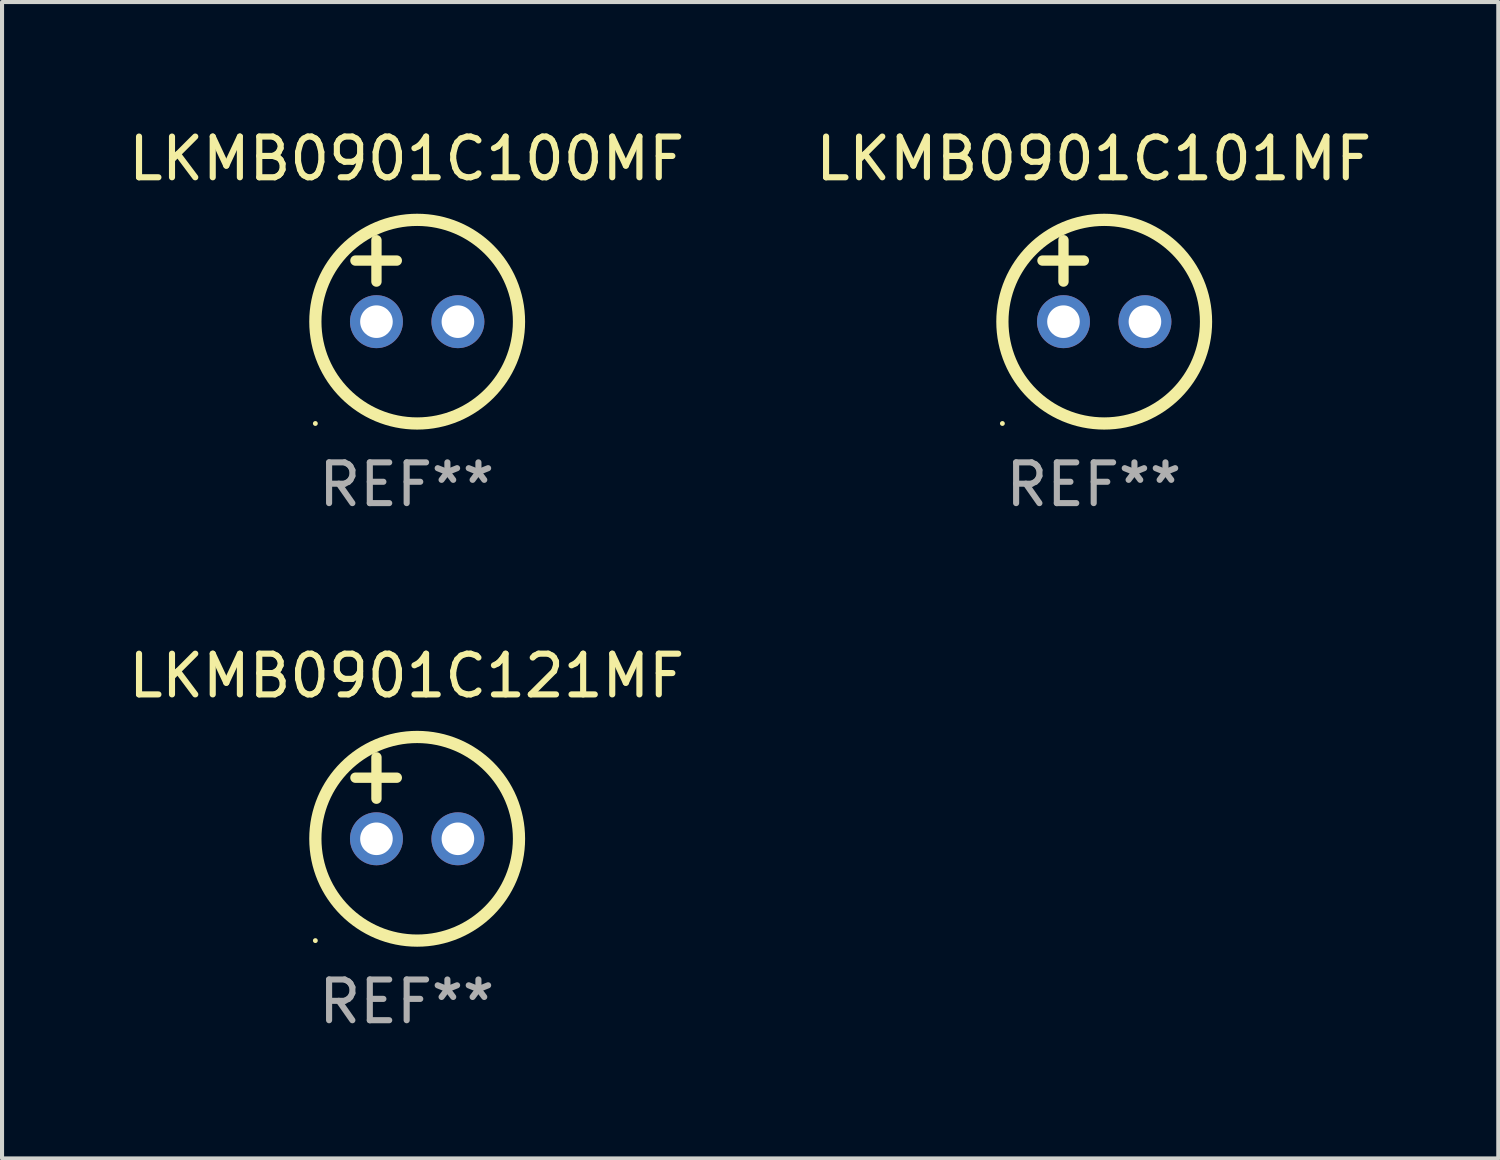
<source format=kicad_pcb>
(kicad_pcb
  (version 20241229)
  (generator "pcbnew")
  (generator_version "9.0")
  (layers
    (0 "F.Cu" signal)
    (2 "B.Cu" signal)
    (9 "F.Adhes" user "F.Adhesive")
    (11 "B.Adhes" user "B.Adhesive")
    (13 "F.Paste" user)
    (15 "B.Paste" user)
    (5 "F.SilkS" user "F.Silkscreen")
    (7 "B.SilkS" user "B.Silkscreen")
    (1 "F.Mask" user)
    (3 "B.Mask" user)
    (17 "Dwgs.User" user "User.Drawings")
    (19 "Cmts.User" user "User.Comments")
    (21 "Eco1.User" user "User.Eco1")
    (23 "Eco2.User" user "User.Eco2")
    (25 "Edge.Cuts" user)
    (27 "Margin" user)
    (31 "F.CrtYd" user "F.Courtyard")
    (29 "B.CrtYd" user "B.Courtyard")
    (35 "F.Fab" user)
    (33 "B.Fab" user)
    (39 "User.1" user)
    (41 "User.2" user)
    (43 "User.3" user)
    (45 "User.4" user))
  (footprint "LKMB0901C101MF"
    (layer "F.Cu")
    (at 23.804 3.848)
    (property "Reference" "LKMB0901C101MF" (at 0 -3 0) (layer "F.SilkS") (effects (font (size 1 1) (thickness 0.15))))
    (attr through_hole)
    (fp_line (start -1.258 -0.5) (end -0.242 -0.5) (stroke (width 0.254) (type solid)) (layer "F.SilkS"))
    (fp_line (start -0.742 -1) (end -0.742 0.016) (stroke (width 0.254) (type solid)) (layer "F.SilkS"))
    (fp_circle (center -2.242 3.5) (end -2.212 3.5) (stroke (width 0.06) (type solid)) (fill no) (layer "F.SilkS"))
    (fp_circle (center 0.258 1) (end 2.758 1) (stroke (width 0.3) (type solid)) (fill no) (layer "F.SilkS"))
    (fp_text user "REF**" (at 0 5 0) (layer "F.Fab") (effects (font (size 1 1) (thickness 0.15))))
    (pad "1" thru_hole circle (at -0.742 1) (size 1.3 1.3) (drill 0.8) (layers "*.Cu" "*.Mask"))
    (pad "2" thru_hole circle (at 1.258 1) (size 1.3 1.3) (drill 0.8) (layers "*.Cu" "*.Mask")))
  (footprint "LKMB0901C121MF"
    (layer "F.Cu")
    (at 6.935 16.545)
    (property "Reference" "LKMB0901C121MF" (at 0 -3 0) (layer "F.SilkS") (effects (font (size 1 1) (thickness 0.15))))
    (attr through_hole)
    (fp_line (start -1.258 -0.5) (end -0.242 -0.5) (stroke (width 0.254) (type solid)) (layer "F.SilkS"))
    (fp_line (start -0.742 -1) (end -0.742 0.016) (stroke (width 0.254) (type solid)) (layer "F.SilkS"))
    (fp_circle (center -2.242 3.5) (end -2.212 3.5) (stroke (width 0.06) (type solid)) (fill no) (layer "F.SilkS"))
    (fp_circle (center 0.258 1) (end 2.758 1) (stroke (width 0.3) (type solid)) (fill no) (layer "F.SilkS"))
    (fp_text user "REF**" (at 0 5 0) (layer "F.Fab") (effects (font (size 1 1) (thickness 0.15))))
    (pad "1" thru_hole circle (at -0.742 1) (size 1.3 1.3) (drill 0.8) (layers "*.Cu" "*.Mask"))
    (pad "2" thru_hole circle (at 1.258 1) (size 1.3 1.3) (drill 0.8) (layers "*.Cu" "*.Mask")))
  (footprint "LKMB0901C100MF"
    (layer "F.Cu")
    (at 6.935 3.848)
    (property "Reference" "LKMB0901C100MF" (at 0 -3 0) (layer "F.SilkS") (effects (font (size 1 1) (thickness 0.15))))
    (attr through_hole)
    (fp_line (start -1.258 -0.5) (end -0.242 -0.5) (stroke (width 0.254) (type solid)) (layer "F.SilkS"))
    (fp_line (start -0.742 -1) (end -0.742 0.016) (stroke (width 0.254) (type solid)) (layer "F.SilkS"))
    (fp_circle (center -2.242 3.5) (end -2.212 3.5) (stroke (width 0.06) (type solid)) (fill no) (layer "F.SilkS"))
    (fp_circle (center 0.258 1) (end 2.758 1) (stroke (width 0.3) (type solid)) (fill no) (layer "F.SilkS"))
    (fp_text user "REF**" (at 0 5 0) (layer "F.Fab") (effects (font (size 1 1) (thickness 0.15))))
    (pad "1" thru_hole circle (at -0.742 1) (size 1.3 1.3) (drill 0.8) (layers "*.Cu" "*.Mask"))
    (pad "2" thru_hole circle (at 1.258 1) (size 1.3 1.3) (drill 0.8) (layers "*.Cu" "*.Mask")))
  (gr_rect
    (start -3 -3)
    (end 33.738 25.393)
    (stroke (width 0.1) (type default))
    (fill no)
    (layer "Edge.Cuts")))
</source>
